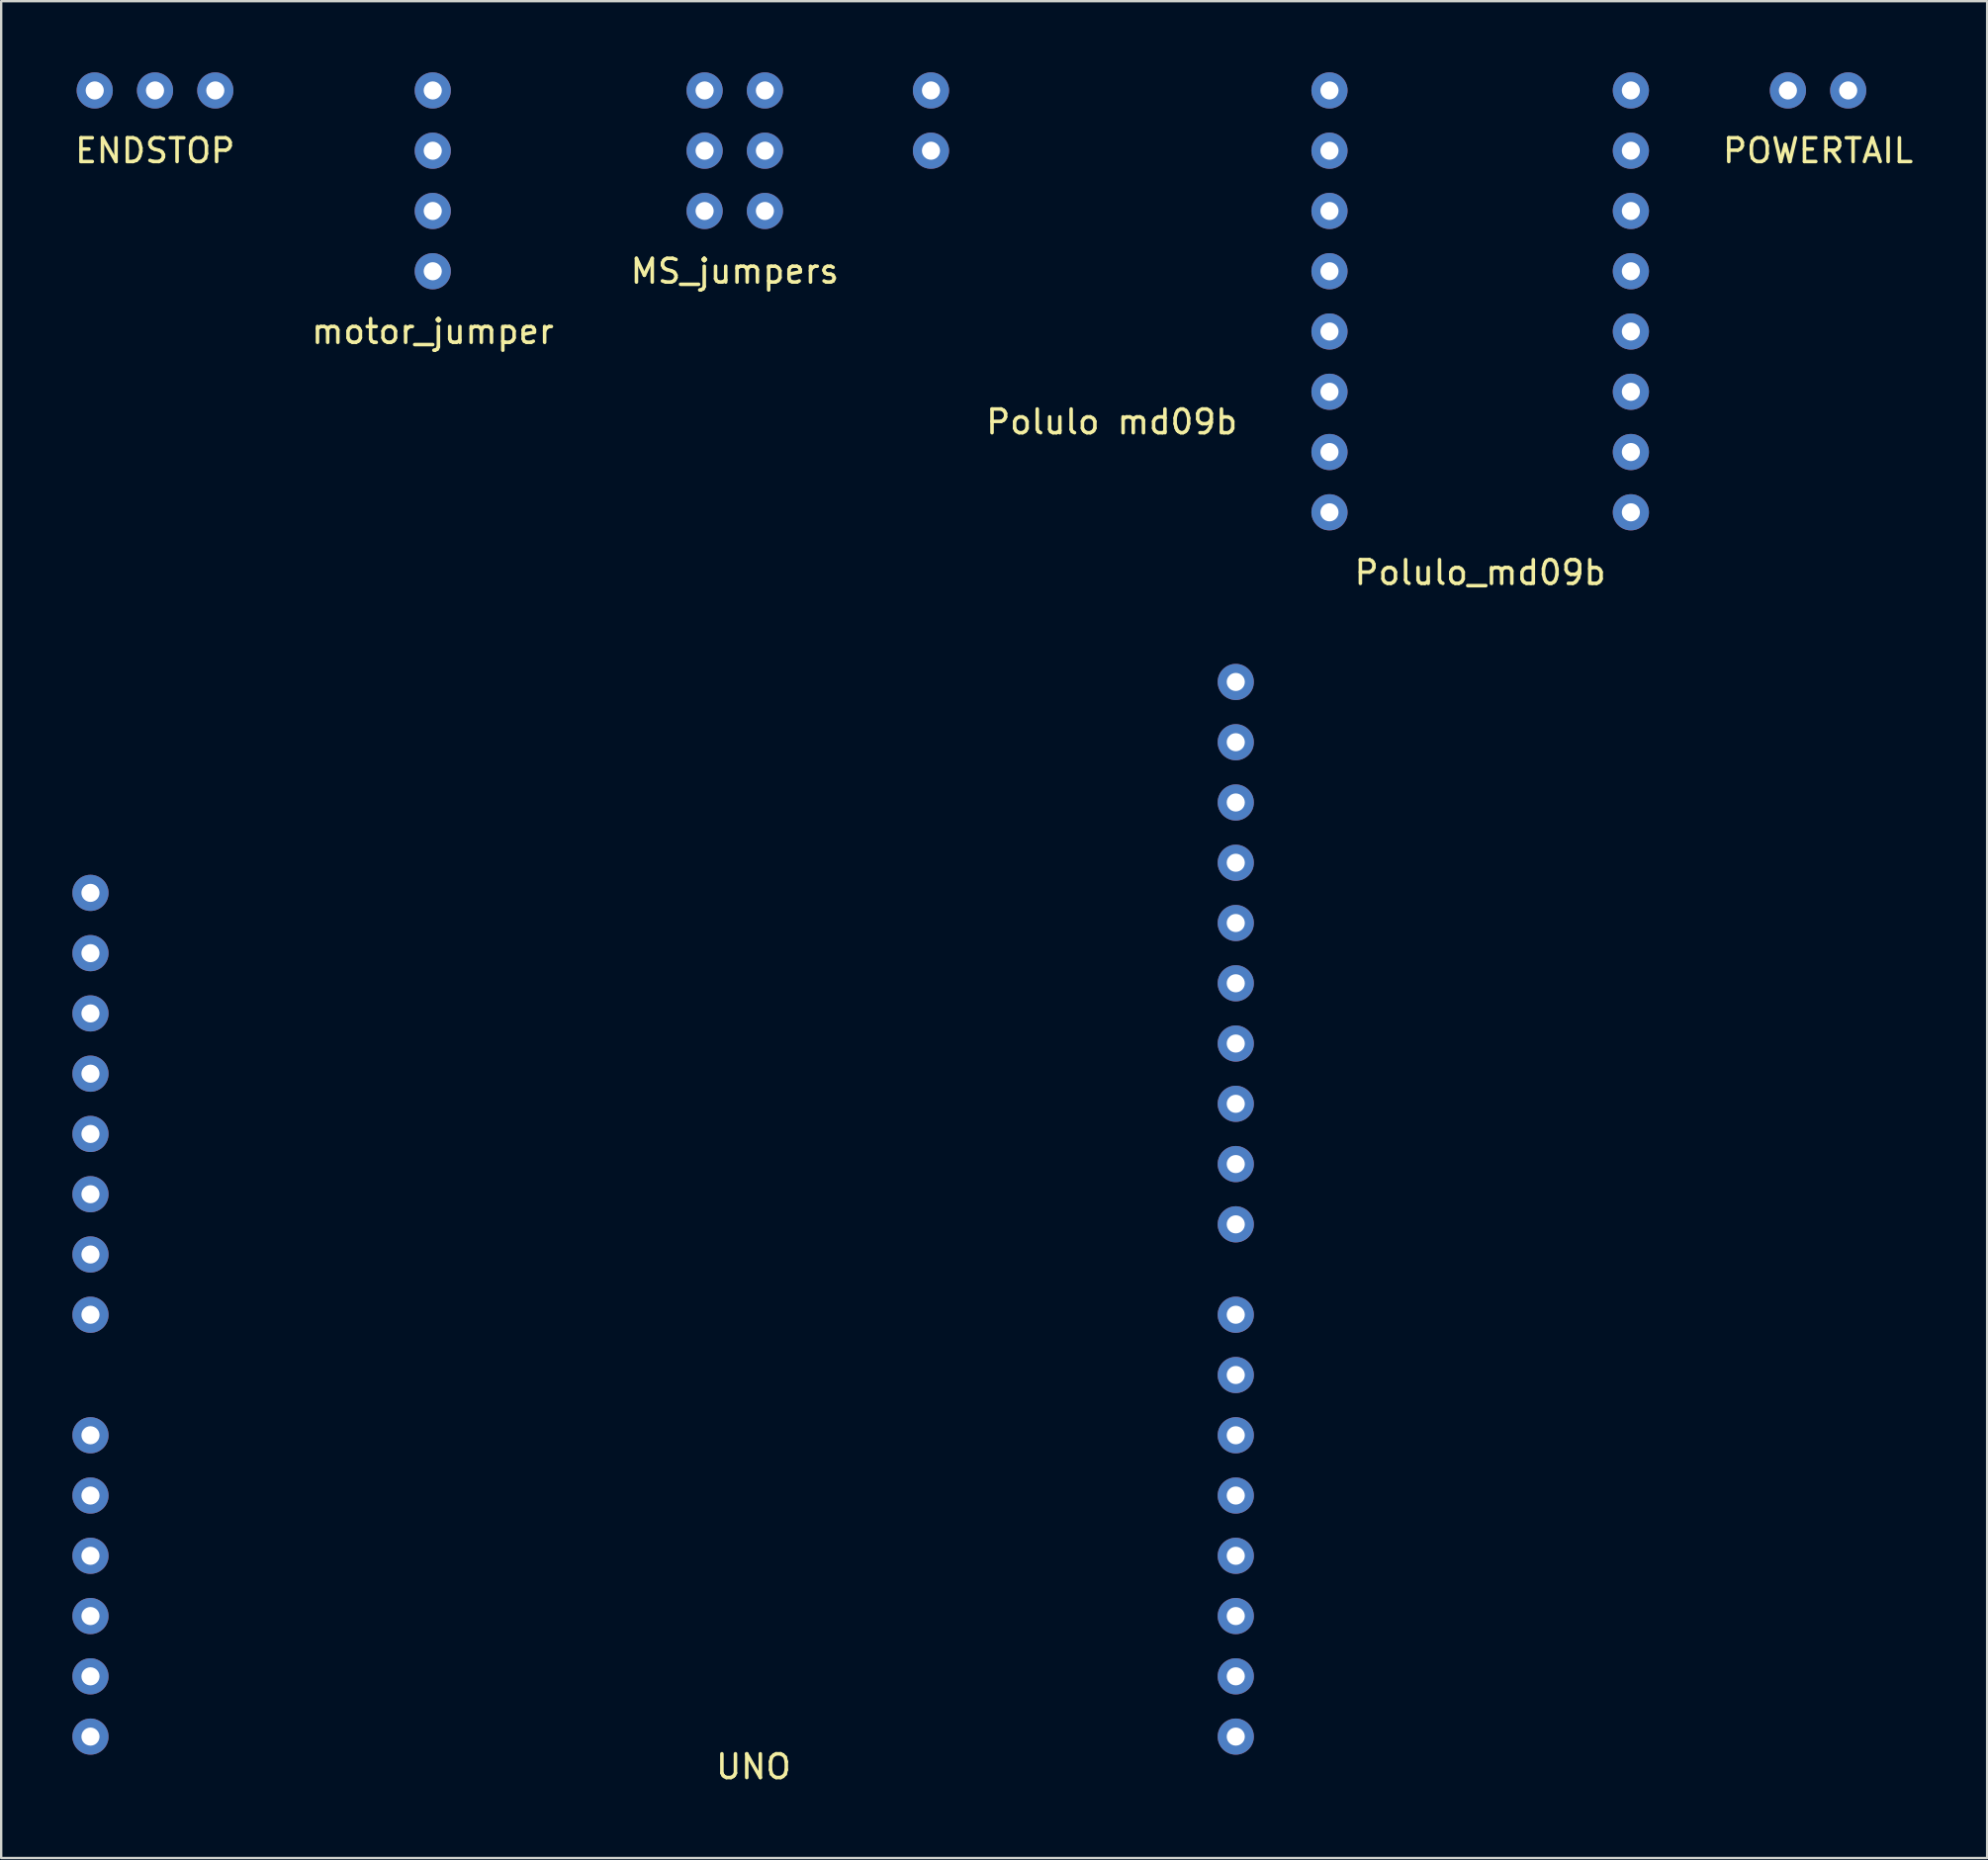
<source format=kicad_pcb>
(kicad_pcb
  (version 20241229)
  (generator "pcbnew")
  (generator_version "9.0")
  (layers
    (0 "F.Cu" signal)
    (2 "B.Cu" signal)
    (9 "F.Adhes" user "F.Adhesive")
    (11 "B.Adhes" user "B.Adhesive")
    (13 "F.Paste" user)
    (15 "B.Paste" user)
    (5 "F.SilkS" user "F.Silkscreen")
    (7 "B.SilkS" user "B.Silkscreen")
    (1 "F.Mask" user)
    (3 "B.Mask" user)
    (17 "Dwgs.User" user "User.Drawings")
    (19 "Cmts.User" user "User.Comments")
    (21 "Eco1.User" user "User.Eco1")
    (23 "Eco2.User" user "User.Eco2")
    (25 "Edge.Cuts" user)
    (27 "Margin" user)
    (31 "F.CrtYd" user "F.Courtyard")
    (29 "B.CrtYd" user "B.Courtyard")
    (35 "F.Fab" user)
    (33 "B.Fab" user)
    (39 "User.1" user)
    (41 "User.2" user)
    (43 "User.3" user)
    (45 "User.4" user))
  (footprint "Polulo md09b"
    (layer "F.Cu")
    (at 43.799 7.112)
    (property "Reference" "Polulo md09b" (at 0 7.62 0) (layer "F.SilkS") (effects (font (size 1 1) (thickness 0.15))))
    (attr through_hole)
    (pad "1" thru_hole circle (at -7.62 -6.35) (size 1.524 1.524) (drill 0.762) (layers "*.Cu" "*.Mask"))
    (pad "2" thru_hole circle (at -7.62 -3.81) (size 1.524 1.524) (drill 0.762) (layers "*.Cu" "*.Mask")))
  (footprint "MS_jumpers"
    (layer "F.Cu")
    (at 27.911 3.302)
    (property "Reference" "MS_jumpers" (at 0 5.08 0) (layer "F.SilkS") (effects (font (size 1 1) (thickness 0.15))))
    (attr through_hole)
    (pad "1" thru_hole circle (at -1.27 -2.54) (size 1.524 1.524) (drill 0.762) (layers "*.Cu" "*.Mask"))
    (pad "2" thru_hole circle (at -1.27 0) (size 1.524 1.524) (drill 0.762) (layers "*.Cu" "*.Mask"))
    (pad "3" thru_hole circle (at -1.27 2.54) (size 1.524 1.524) (drill 0.762) (layers "*.Cu" "*.Mask"))
    (pad "4" thru_hole circle (at 1.27 -2.54) (size 1.524 1.524) (drill 0.762) (layers "*.Cu" "*.Mask"))
    (pad "5" thru_hole circle (at 1.27 0) (size 1.524 1.524) (drill 0.762) (layers "*.Cu" "*.Mask"))
    (pad "6" thru_hole circle (at 1.27 2.54) (size 1.524 1.524) (drill 0.762) (layers "*.Cu" "*.Mask")))
  (footprint "UNO"
    (layer "F.Cu")
    (at 24.892 48.552)
    (property "Reference" "UNO" (at 3.81 22.86 0) (layer "F.SilkS") (effects (font (size 1 1) (thickness 0.15))))
    (attr through_hole)
    (pad "0" thru_hole circle (at 24.13 21.59) (size 1.524 1.524) (drill 0.762) (layers "*.Cu" "*.Mask"))
    (pad "1" thru_hole circle (at 24.13 19.05) (size 1.524 1.524) (drill 0.762) (layers "*.Cu" "*.Mask"))
    (pad "2" thru_hole circle (at 24.13 16.51) (size 1.524 1.524) (drill 0.762) (layers "*.Cu" "*.Mask"))
    (pad "3" thru_hole circle (at 24.13 13.97) (size 1.524 1.524) (drill 0.762) (layers "*.Cu" "*.Mask"))
    (pad "4" thru_hole circle (at 24.13 11.43) (size 1.524 1.524) (drill 0.762) (layers "*.Cu" "*.Mask"))
    (pad "5" thru_hole circle (at 24.13 8.89) (size 1.524 1.524) (drill 0.762) (layers "*.Cu" "*.Mask"))
    (pad "6" thru_hole circle (at 24.13 6.35) (size 1.524 1.524) (drill 0.762) (layers "*.Cu" "*.Mask"))
    (pad "7" thru_hole circle (at 24.13 3.81) (size 1.524 1.524) (drill 0.762) (layers "*.Cu" "*.Mask"))
    (pad "8" thru_hole circle (at 24.13 0) (size 1.524 1.524) (drill 0.762) (layers "*.Cu" "*.Mask"))
    (pad "9" thru_hole circle (at 24.13 -2.54) (size 1.524 1.524) (drill 0.762) (layers "*.Cu" "*.Mask"))
    (pad "10" thru_hole circle (at 24.13 -5.08) (size 1.524 1.524) (drill 0.762) (layers "*.Cu" "*.Mask"))
    (pad "11" thru_hole circle (at 24.13 -7.62) (size 1.524 1.524) (drill 0.762) (layers "*.Cu" "*.Mask"))
    (pad "12" thru_hole circle (at 24.13 -10.16) (size 1.524 1.524) (drill 0.762) (layers "*.Cu" "*.Mask"))
    (pad "13" thru_hole circle (at 24.13 -12.7) (size 1.524 1.524) (drill 0.762) (layers "*.Cu" "*.Mask"))
    (pad "14" thru_hole circle (at -24.13 8.89) (size 1.524 1.524) (drill 0.762) (layers "*.Cu" "*.Mask"))
    (pad "15" thru_hole circle (at -24.13 11.43) (size 1.524 1.524) (drill 0.762) (layers "*.Cu" "*.Mask"))
    (pad "16" thru_hole circle (at -24.13 13.97) (size 1.524 1.524) (drill 0.762) (layers "*.Cu" "*.Mask"))
    (pad "17" thru_hole circle (at -24.13 16.51) (size 1.524 1.524) (drill 0.762) (layers "*.Cu" "*.Mask"))
    (pad "18" thru_hole circle (at -24.13 19.05) (size 1.524 1.524) (drill 0.762) (layers "*.Cu" "*.Mask"))
    (pad "19" thru_hole circle (at -24.13 21.59) (size 1.524 1.524) (drill 0.762) (layers "*.Cu" "*.Mask"))
    (pad "20" thru_hole circle (at -24.13 3.81) (size 1.524 1.524) (drill 0.762) (layers "*.Cu" "*.Mask"))
    (pad "21" thru_hole circle (at -24.13 1.27) (size 1.524 1.524) (drill 0.762) (layers "*.Cu" "*.Mask"))
    (pad "22" thru_hole circle (at -24.13 -1.27) (size 1.524 1.524) (drill 0.762) (layers "*.Cu" "*.Mask"))
    (pad "23" thru_hole circle (at -24.13 -3.81) (size 1.524 1.524) (drill 0.762) (layers "*.Cu" "*.Mask"))
    (pad "24" thru_hole circle (at -24.13 -6.35) (size 1.524 1.524) (drill 0.762) (layers "*.Cu" "*.Mask"))
    (pad "25" thru_hole circle (at -24.13 -8.89) (size 1.524 1.524) (drill 0.762) (layers "*.Cu" "*.Mask"))
    (pad "26" thru_hole circle (at -24.13 -11.43) (size 1.524 1.524) (drill 0.762) (layers "*.Cu" "*.Mask"))
    (pad "27" thru_hole circle (at -24.13 -13.97) (size 1.524 1.524) (drill 0.762) (layers "*.Cu" "*.Mask"))
    (pad "28" thru_hole circle (at 24.13 -15.24) (size 1.524 1.524) (drill 0.762) (layers "*.Cu" "*.Mask"))
    (pad "29" thru_hole circle (at 24.13 -17.78) (size 1.524 1.524) (drill 0.762) (layers "*.Cu" "*.Mask"))
    (pad "30" thru_hole circle (at 24.13 -20.32) (size 1.524 1.524) (drill 0.762) (layers "*.Cu" "*.Mask"))
    (pad "31" thru_hole circle (at 24.13 -22.86) (size 1.524 1.524) (drill 0.762) (layers "*.Cu" "*.Mask")))
  (footprint "ENDSTOP"
    (layer "F.Cu")
    (at 3.482 0.762)
    (property "Reference" "ENDSTOP" (at 0 2.54 0) (layer "F.SilkS") (effects (font (size 1 1) (thickness 0.15))))
    (attr through_hole)
    (pad "1" thru_hole circle (at -2.54 0) (size 1.524 1.524) (drill 0.762) (layers "*.Cu" "*.Mask"))
    (pad "2" thru_hole circle (at 0 0) (size 1.524 1.524) (drill 0.762) (layers "*.Cu" "*.Mask"))
    (pad "3" thru_hole circle (at 2.54 0) (size 1.524 1.524) (drill 0.762) (layers "*.Cu" "*.Mask")))
  (footprint "motor_jumper"
    (layer "F.Cu")
    (at 15.185 4.572)
    (property "Reference" "motor_jumper" (at 0 6.35 0) (layer "F.SilkS") (effects (font (size 1 1) (thickness 0.15))))
    (attr through_hole)
    (pad "1" thru_hole circle (at 0 -3.81) (size 1.524 1.524) (drill 0.762) (layers "*.Cu" "*.Mask"))
    (pad "2" thru_hole circle (at 0 -1.27) (size 1.524 1.524) (drill 0.762) (layers "*.Cu" "*.Mask"))
    (pad "3" thru_hole circle (at 0 1.27) (size 1.524 1.524) (drill 0.762) (layers "*.Cu" "*.Mask"))
    (pad "4" thru_hole circle (at 0 3.81) (size 1.524 1.524) (drill 0.762) (layers "*.Cu" "*.Mask")))
  (footprint "POWERTAIL"
    (layer "F.Cu")
    (at 73.558 0.762)
    (property "Reference" "POWERTAIL" (at 0 2.54 0) (layer "F.SilkS") (effects (font (size 1 1) (thickness 0.15))))
    (attr through_hole)
    (pad "1" thru_hole circle (at -1.27 0) (size 1.524 1.524) (drill 0.762) (layers "*.Cu" "*.Mask"))
    (pad "2" thru_hole circle (at 1.27 0) (size 1.524 1.524) (drill 0.762) (layers "*.Cu" "*.Mask")))
  (footprint "Polulo_md09b"
    (layer "F.Cu")
    (at 59.321 9.652)
    (property "Reference" "Polulo_md09b" (at 0 11.43 0) (layer "F.SilkS") (effects (font (size 1 1) (thickness 0.15))))
    (attr through_hole)
    (pad "1" thru_hole circle (at -6.35 -8.89) (size 1.524 1.524) (drill 0.762) (layers "*.Cu" "*.Mask"))
    (pad "2" thru_hole circle (at -6.35 -6.35) (size 1.524 1.524) (drill 0.762) (layers "*.Cu" "*.Mask"))
    (pad "3" thru_hole circle (at -6.35 -3.81) (size 1.524 1.524) (drill 0.762) (layers "*.Cu" "*.Mask"))
    (pad "4" thru_hole circle (at -6.35 -1.27) (size 1.524 1.524) (drill 0.762) (layers "*.Cu" "*.Mask"))
    (pad "5" thru_hole circle (at -6.35 1.27) (size 1.524 1.524) (drill 0.762) (layers "*.Cu" "*.Mask"))
    (pad "6" thru_hole circle (at -6.35 3.81) (size 1.524 1.524) (drill 0.762) (layers "*.Cu" "*.Mask"))
    (pad "7" thru_hole circle (at -6.35 6.35) (size 1.524 1.524) (drill 0.762) (layers "*.Cu" "*.Mask"))
    (pad "8" thru_hole circle (at -6.35 8.89) (size 1.524 1.524) (drill 0.762) (layers "*.Cu" "*.Mask"))
    (pad "9" thru_hole circle (at 6.35 8.89) (size 1.524 1.524) (drill 0.762) (layers "*.Cu" "*.Mask"))
    (pad "10" thru_hole circle (at 6.35 6.35) (size 1.524 1.524) (drill 0.762) (layers "*.Cu" "*.Mask"))
    (pad "11" thru_hole circle (at 6.35 3.81) (size 1.524 1.524) (drill 0.762) (layers "*.Cu" "*.Mask"))
    (pad "12" thru_hole circle (at 6.35 1.27) (size 1.524 1.524) (drill 0.762) (layers "*.Cu" "*.Mask"))
    (pad "13" thru_hole circle (at 6.35 -1.27) (size 1.524 1.524) (drill 0.762) (layers "*.Cu" "*.Mask"))
    (pad "14" thru_hole circle (at 6.35 -3.81) (size 1.524 1.524) (drill 0.762) (layers "*.Cu" "*.Mask"))
    (pad "15" thru_hole circle (at 6.35 -6.35) (size 1.524 1.524) (drill 0.762) (layers "*.Cu" "*.Mask"))
    (pad "16" thru_hole circle (at 6.35 -8.89) (size 1.524 1.524) (drill 0.762) (layers "*.Cu" "*.Mask")))
  (gr_rect
    (start -3 -3)
    (end 80.683 75.26)
    (stroke (width 0.1) (type default))
    (fill no)
    (layer "Edge.Cuts")))
</source>
